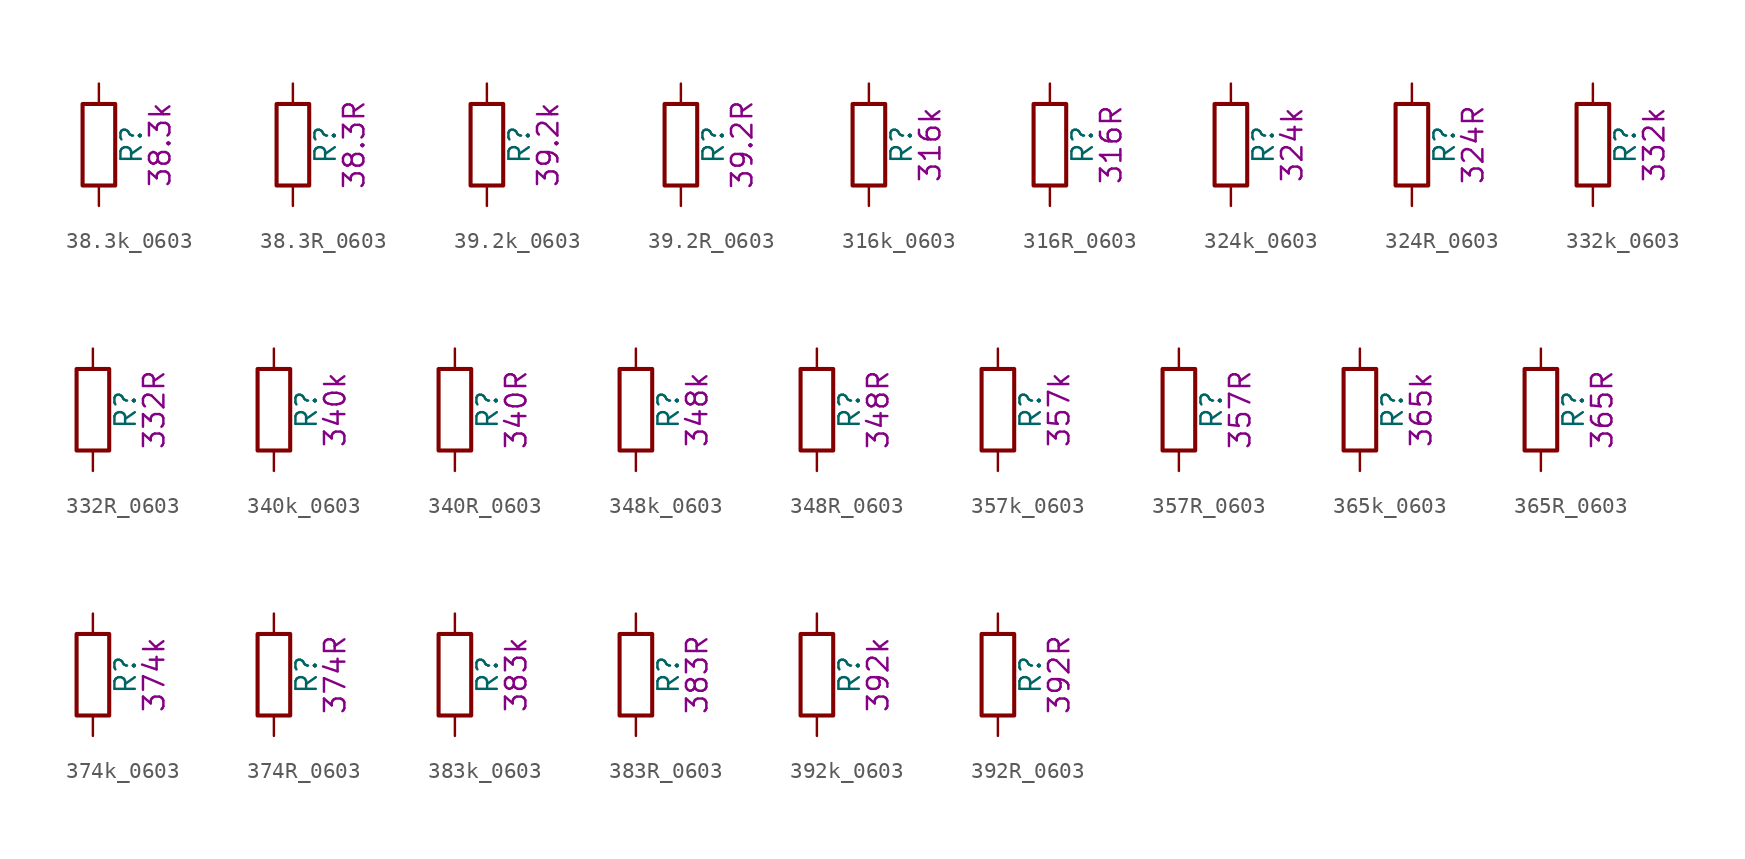
<source format=kicad_sym>
(kicad_symbol_lib
  (version 20211014)
  (generator kicad_symbol_editor)
  (symbol "38.3k_0603"
    (pin_numbers hide)
    (pin_names
      (offset 0))
    (property "Reference" "R"
      (at 2.032 0 90)
      (effects (font (size 1.27 1.27))))
    (property "Display" "38.3k"
      (at 3.81 0 90)
      (effects (font (size 1.27 1.27))))
    (symbol "38.3k_0603_0_1"
      (rectangle (start -1.016 -2.54) (end 1.016 2.54) (stroke (width 0.254) (type default) (color 0 0 0 0)) (fill (type none))))
    (symbol "38.3k_0603_1_1"
      (pin passive line (at 0 3.81 270) (length 1.27) (name "~" (effects (font (size 1.27 1.27)))) (number "1" (effects (font (size 1.27 1.27)))))
      (pin passive line (at 0 -3.81 90) (length 1.27) (name "~" (effects (font (size 1.27 1.27)))) (number "2" (effects (font (size 1.27 1.27)))))))
  (symbol "38.3R_0603"
    (pin_numbers hide)
    (pin_names
      (offset 0))
    (property "Reference" "R"
      (at 2.032 0 90)
      (effects (font (size 1.27 1.27))))
    (property "Display" "38.3R"
      (at 3.81 0 90)
      (effects (font (size 1.27 1.27))))
    (symbol "38.3R_0603_0_1"
      (rectangle (start -1.016 -2.54) (end 1.016 2.54) (stroke (width 0.254) (type default) (color 0 0 0 0)) (fill (type none))))
    (symbol "38.3R_0603_1_1"
      (pin passive line (at 0 3.81 270) (length 1.27) (name "~" (effects (font (size 1.27 1.27)))) (number "1" (effects (font (size 1.27 1.27)))))
      (pin passive line (at 0 -3.81 90) (length 1.27) (name "~" (effects (font (size 1.27 1.27)))) (number "2" (effects (font (size 1.27 1.27)))))))
  (symbol "39.2k_0603"
    (pin_numbers hide)
    (pin_names
      (offset 0))
    (property "Reference" "R"
      (at 2.032 0 90)
      (effects (font (size 1.27 1.27))))
    (property "Display" "39.2k"
      (at 3.81 0 90)
      (effects (font (size 1.27 1.27))))
    (symbol "39.2k_0603_0_1"
      (rectangle (start -1.016 -2.54) (end 1.016 2.54) (stroke (width 0.254) (type default) (color 0 0 0 0)) (fill (type none))))
    (symbol "39.2k_0603_1_1"
      (pin passive line (at 0 3.81 270) (length 1.27) (name "~" (effects (font (size 1.27 1.27)))) (number "1" (effects (font (size 1.27 1.27)))))
      (pin passive line (at 0 -3.81 90) (length 1.27) (name "~" (effects (font (size 1.27 1.27)))) (number "2" (effects (font (size 1.27 1.27)))))))
  (symbol "39.2R_0603"
    (pin_numbers hide)
    (pin_names
      (offset 0))
    (property "Reference" "R"
      (at 2.032 0 90)
      (effects (font (size 1.27 1.27))))
    (property "Display" "39.2R"
      (at 3.81 0 90)
      (effects (font (size 1.27 1.27))))
    (symbol "39.2R_0603_0_1"
      (rectangle (start -1.016 -2.54) (end 1.016 2.54) (stroke (width 0.254) (type default) (color 0 0 0 0)) (fill (type none))))
    (symbol "39.2R_0603_1_1"
      (pin passive line (at 0 3.81 270) (length 1.27) (name "~" (effects (font (size 1.27 1.27)))) (number "1" (effects (font (size 1.27 1.27)))))
      (pin passive line (at 0 -3.81 90) (length 1.27) (name "~" (effects (font (size 1.27 1.27)))) (number "2" (effects (font (size 1.27 1.27)))))))
  (symbol "316k_0603"
    (pin_numbers hide)
    (pin_names
      (offset 0))
    (property "Reference" "R"
      (at 2.032 0 90)
      (effects (font (size 1.27 1.27))))
    (property "Display" "316k"
      (at 3.81 0 90)
      (effects (font (size 1.27 1.27))))
    (symbol "316k_0603_0_1"
      (rectangle (start -1.016 -2.54) (end 1.016 2.54) (stroke (width 0.254) (type default) (color 0 0 0 0)) (fill (type none))))
    (symbol "316k_0603_1_1"
      (pin passive line (at 0 3.81 270) (length 1.27) (name "~" (effects (font (size 1.27 1.27)))) (number "1" (effects (font (size 1.27 1.27)))))
      (pin passive line (at 0 -3.81 90) (length 1.27) (name "~" (effects (font (size 1.27 1.27)))) (number "2" (effects (font (size 1.27 1.27)))))))
  (symbol "316R_0603"
    (pin_numbers hide)
    (pin_names
      (offset 0))
    (property "Reference" "R"
      (at 2.032 0 90)
      (effects (font (size 1.27 1.27))))
    (property "Display" "316R"
      (at 3.81 0 90)
      (effects (font (size 1.27 1.27))))
    (symbol "316R_0603_0_1"
      (rectangle (start -1.016 -2.54) (end 1.016 2.54) (stroke (width 0.254) (type default) (color 0 0 0 0)) (fill (type none))))
    (symbol "316R_0603_1_1"
      (pin passive line (at 0 3.81 270) (length 1.27) (name "~" (effects (font (size 1.27 1.27)))) (number "1" (effects (font (size 1.27 1.27)))))
      (pin passive line (at 0 -3.81 90) (length 1.27) (name "~" (effects (font (size 1.27 1.27)))) (number "2" (effects (font (size 1.27 1.27)))))))
  (symbol "324k_0603"
    (pin_numbers hide)
    (pin_names
      (offset 0))
    (property "Reference" "R"
      (at 2.032 0 90)
      (effects (font (size 1.27 1.27))))
    (property "Display" "324k"
      (at 3.81 0 90)
      (effects (font (size 1.27 1.27))))
    (symbol "324k_0603_0_1"
      (rectangle (start -1.016 -2.54) (end 1.016 2.54) (stroke (width 0.254) (type default) (color 0 0 0 0)) (fill (type none))))
    (symbol "324k_0603_1_1"
      (pin passive line (at 0 3.81 270) (length 1.27) (name "~" (effects (font (size 1.27 1.27)))) (number "1" (effects (font (size 1.27 1.27)))))
      (pin passive line (at 0 -3.81 90) (length 1.27) (name "~" (effects (font (size 1.27 1.27)))) (number "2" (effects (font (size 1.27 1.27)))))))
  (symbol "324R_0603"
    (pin_numbers hide)
    (pin_names
      (offset 0))
    (property "Reference" "R"
      (at 2.032 0 90)
      (effects (font (size 1.27 1.27))))
    (property "Display" "324R"
      (at 3.81 0 90)
      (effects (font (size 1.27 1.27))))
    (symbol "324R_0603_0_1"
      (rectangle (start -1.016 -2.54) (end 1.016 2.54) (stroke (width 0.254) (type default) (color 0 0 0 0)) (fill (type none))))
    (symbol "324R_0603_1_1"
      (pin passive line (at 0 3.81 270) (length 1.27) (name "~" (effects (font (size 1.27 1.27)))) (number "1" (effects (font (size 1.27 1.27)))))
      (pin passive line (at 0 -3.81 90) (length 1.27) (name "~" (effects (font (size 1.27 1.27)))) (number "2" (effects (font (size 1.27 1.27)))))))
  (symbol "332k_0603"
    (pin_numbers hide)
    (pin_names
      (offset 0))
    (property "Reference" "R"
      (at 2.032 0 90)
      (effects (font (size 1.27 1.27))))
    (property "Display" "332k"
      (at 3.81 0 90)
      (effects (font (size 1.27 1.27))))
    (symbol "332k_0603_0_1"
      (rectangle (start -1.016 -2.54) (end 1.016 2.54) (stroke (width 0.254) (type default) (color 0 0 0 0)) (fill (type none))))
    (symbol "332k_0603_1_1"
      (pin passive line (at 0 3.81 270) (length 1.27) (name "~" (effects (font (size 1.27 1.27)))) (number "1" (effects (font (size 1.27 1.27)))))
      (pin passive line (at 0 -3.81 90) (length 1.27) (name "~" (effects (font (size 1.27 1.27)))) (number "2" (effects (font (size 1.27 1.27)))))))
  (symbol "332R_0603"
    (pin_numbers hide)
    (pin_names
      (offset 0))
    (property "Reference" "R"
      (at 2.032 0 90)
      (effects (font (size 1.27 1.27))))
    (property "Display" "332R"
      (at 3.81 0 90)
      (effects (font (size 1.27 1.27))))
    (symbol "332R_0603_0_1"
      (rectangle (start -1.016 -2.54) (end 1.016 2.54) (stroke (width 0.254) (type default) (color 0 0 0 0)) (fill (type none))))
    (symbol "332R_0603_1_1"
      (pin passive line (at 0 3.81 270) (length 1.27) (name "~" (effects (font (size 1.27 1.27)))) (number "1" (effects (font (size 1.27 1.27)))))
      (pin passive line (at 0 -3.81 90) (length 1.27) (name "~" (effects (font (size 1.27 1.27)))) (number "2" (effects (font (size 1.27 1.27)))))))
  (symbol "340k_0603"
    (pin_numbers hide)
    (pin_names
      (offset 0))
    (property "Reference" "R"
      (at 2.032 0 90)
      (effects (font (size 1.27 1.27))))
    (property "Display" "340k"
      (at 3.81 0 90)
      (effects (font (size 1.27 1.27))))
    (symbol "340k_0603_0_1"
      (rectangle (start -1.016 -2.54) (end 1.016 2.54) (stroke (width 0.254) (type default) (color 0 0 0 0)) (fill (type none))))
    (symbol "340k_0603_1_1"
      (pin passive line (at 0 3.81 270) (length 1.27) (name "~" (effects (font (size 1.27 1.27)))) (number "1" (effects (font (size 1.27 1.27)))))
      (pin passive line (at 0 -3.81 90) (length 1.27) (name "~" (effects (font (size 1.27 1.27)))) (number "2" (effects (font (size 1.27 1.27)))))))
  (symbol "340R_0603"
    (pin_numbers hide)
    (pin_names
      (offset 0))
    (property "Reference" "R"
      (at 2.032 0 90)
      (effects (font (size 1.27 1.27))))
    (property "Display" "340R"
      (at 3.81 0 90)
      (effects (font (size 1.27 1.27))))
    (symbol "340R_0603_0_1"
      (rectangle (start -1.016 -2.54) (end 1.016 2.54) (stroke (width 0.254) (type default) (color 0 0 0 0)) (fill (type none))))
    (symbol "340R_0603_1_1"
      (pin passive line (at 0 3.81 270) (length 1.27) (name "~" (effects (font (size 1.27 1.27)))) (number "1" (effects (font (size 1.27 1.27)))))
      (pin passive line (at 0 -3.81 90) (length 1.27) (name "~" (effects (font (size 1.27 1.27)))) (number "2" (effects (font (size 1.27 1.27)))))))
  (symbol "348k_0603"
    (pin_numbers hide)
    (pin_names
      (offset 0))
    (property "Reference" "R"
      (at 2.032 0 90)
      (effects (font (size 1.27 1.27))))
    (property "Display" "348k"
      (at 3.81 0 90)
      (effects (font (size 1.27 1.27))))
    (symbol "348k_0603_0_1"
      (rectangle (start -1.016 -2.54) (end 1.016 2.54) (stroke (width 0.254) (type default) (color 0 0 0 0)) (fill (type none))))
    (symbol "348k_0603_1_1"
      (pin passive line (at 0 3.81 270) (length 1.27) (name "~" (effects (font (size 1.27 1.27)))) (number "1" (effects (font (size 1.27 1.27)))))
      (pin passive line (at 0 -3.81 90) (length 1.27) (name "~" (effects (font (size 1.27 1.27)))) (number "2" (effects (font (size 1.27 1.27)))))))
  (symbol "348R_0603"
    (pin_numbers hide)
    (pin_names
      (offset 0))
    (property "Reference" "R"
      (at 2.032 0 90)
      (effects (font (size 1.27 1.27))))
    (property "Display" "348R"
      (at 3.81 0 90)
      (effects (font (size 1.27 1.27))))
    (symbol "348R_0603_0_1"
      (rectangle (start -1.016 -2.54) (end 1.016 2.54) (stroke (width 0.254) (type default) (color 0 0 0 0)) (fill (type none))))
    (symbol "348R_0603_1_1"
      (pin passive line (at 0 3.81 270) (length 1.27) (name "~" (effects (font (size 1.27 1.27)))) (number "1" (effects (font (size 1.27 1.27)))))
      (pin passive line (at 0 -3.81 90) (length 1.27) (name "~" (effects (font (size 1.27 1.27)))) (number "2" (effects (font (size 1.27 1.27)))))))
  (symbol "357k_0603"
    (pin_numbers hide)
    (pin_names
      (offset 0))
    (property "Reference" "R"
      (at 2.032 0 90)
      (effects (font (size 1.27 1.27))))
    (property "Display" "357k"
      (at 3.81 0 90)
      (effects (font (size 1.27 1.27))))
    (symbol "357k_0603_0_1"
      (rectangle (start -1.016 -2.54) (end 1.016 2.54) (stroke (width 0.254) (type default) (color 0 0 0 0)) (fill (type none))))
    (symbol "357k_0603_1_1"
      (pin passive line (at 0 3.81 270) (length 1.27) (name "~" (effects (font (size 1.27 1.27)))) (number "1" (effects (font (size 1.27 1.27)))))
      (pin passive line (at 0 -3.81 90) (length 1.27) (name "~" (effects (font (size 1.27 1.27)))) (number "2" (effects (font (size 1.27 1.27)))))))
  (symbol "357R_0603"
    (pin_numbers hide)
    (pin_names
      (offset 0))
    (property "Reference" "R"
      (at 2.032 0 90)
      (effects (font (size 1.27 1.27))))
    (property "Display" "357R"
      (at 3.81 0 90)
      (effects (font (size 1.27 1.27))))
    (symbol "357R_0603_0_1"
      (rectangle (start -1.016 -2.54) (end 1.016 2.54) (stroke (width 0.254) (type default) (color 0 0 0 0)) (fill (type none))))
    (symbol "357R_0603_1_1"
      (pin passive line (at 0 3.81 270) (length 1.27) (name "~" (effects (font (size 1.27 1.27)))) (number "1" (effects (font (size 1.27 1.27)))))
      (pin passive line (at 0 -3.81 90) (length 1.27) (name "~" (effects (font (size 1.27 1.27)))) (number "2" (effects (font (size 1.27 1.27)))))))
  (symbol "365k_0603"
    (pin_numbers hide)
    (pin_names
      (offset 0))
    (property "Reference" "R"
      (at 2.032 0 90)
      (effects (font (size 1.27 1.27))))
    (property "Display" "365k"
      (at 3.81 0 90)
      (effects (font (size 1.27 1.27))))
    (symbol "365k_0603_0_1"
      (rectangle (start -1.016 -2.54) (end 1.016 2.54) (stroke (width 0.254) (type default) (color 0 0 0 0)) (fill (type none))))
    (symbol "365k_0603_1_1"
      (pin passive line (at 0 3.81 270) (length 1.27) (name "~" (effects (font (size 1.27 1.27)))) (number "1" (effects (font (size 1.27 1.27)))))
      (pin passive line (at 0 -3.81 90) (length 1.27) (name "~" (effects (font (size 1.27 1.27)))) (number "2" (effects (font (size 1.27 1.27)))))))
  (symbol "365R_0603"
    (pin_numbers hide)
    (pin_names
      (offset 0))
    (property "Reference" "R"
      (at 2.032 0 90)
      (effects (font (size 1.27 1.27))))
    (property "Display" "365R"
      (at 3.81 0 90)
      (effects (font (size 1.27 1.27))))
    (symbol "365R_0603_0_1"
      (rectangle (start -1.016 -2.54) (end 1.016 2.54) (stroke (width 0.254) (type default) (color 0 0 0 0)) (fill (type none))))
    (symbol "365R_0603_1_1"
      (pin passive line (at 0 3.81 270) (length 1.27) (name "~" (effects (font (size 1.27 1.27)))) (number "1" (effects (font (size 1.27 1.27)))))
      (pin passive line (at 0 -3.81 90) (length 1.27) (name "~" (effects (font (size 1.27 1.27)))) (number "2" (effects (font (size 1.27 1.27)))))))
  (symbol "374k_0603"
    (pin_numbers hide)
    (pin_names
      (offset 0))
    (property "Reference" "R"
      (at 2.032 0 90)
      (effects (font (size 1.27 1.27))))
    (property "Display" "374k"
      (at 3.81 0 90)
      (effects (font (size 1.27 1.27))))
    (symbol "374k_0603_0_1"
      (rectangle (start -1.016 -2.54) (end 1.016 2.54) (stroke (width 0.254) (type default) (color 0 0 0 0)) (fill (type none))))
    (symbol "374k_0603_1_1"
      (pin passive line (at 0 3.81 270) (length 1.27) (name "~" (effects (font (size 1.27 1.27)))) (number "1" (effects (font (size 1.27 1.27)))))
      (pin passive line (at 0 -3.81 90) (length 1.27) (name "~" (effects (font (size 1.27 1.27)))) (number "2" (effects (font (size 1.27 1.27)))))))
  (symbol "374R_0603"
    (pin_numbers hide)
    (pin_names
      (offset 0))
    (property "Reference" "R"
      (at 2.032 0 90)
      (effects (font (size 1.27 1.27))))
    (property "Display" "374R"
      (at 3.81 0 90)
      (effects (font (size 1.27 1.27))))
    (symbol "374R_0603_0_1"
      (rectangle (start -1.016 -2.54) (end 1.016 2.54) (stroke (width 0.254) (type default) (color 0 0 0 0)) (fill (type none))))
    (symbol "374R_0603_1_1"
      (pin passive line (at 0 3.81 270) (length 1.27) (name "~" (effects (font (size 1.27 1.27)))) (number "1" (effects (font (size 1.27 1.27)))))
      (pin passive line (at 0 -3.81 90) (length 1.27) (name "~" (effects (font (size 1.27 1.27)))) (number "2" (effects (font (size 1.27 1.27)))))))
  (symbol "383k_0603"
    (pin_numbers hide)
    (pin_names
      (offset 0))
    (property "Reference" "R"
      (at 2.032 0 90)
      (effects (font (size 1.27 1.27))))
    (property "Display" "383k"
      (at 3.81 0 90)
      (effects (font (size 1.27 1.27))))
    (symbol "383k_0603_0_1"
      (rectangle (start -1.016 -2.54) (end 1.016 2.54) (stroke (width 0.254) (type default) (color 0 0 0 0)) (fill (type none))))
    (symbol "383k_0603_1_1"
      (pin passive line (at 0 3.81 270) (length 1.27) (name "~" (effects (font (size 1.27 1.27)))) (number "1" (effects (font (size 1.27 1.27)))))
      (pin passive line (at 0 -3.81 90) (length 1.27) (name "~" (effects (font (size 1.27 1.27)))) (number "2" (effects (font (size 1.27 1.27)))))))
  (symbol "383R_0603"
    (pin_numbers hide)
    (pin_names
      (offset 0))
    (property "Reference" "R"
      (at 2.032 0 90)
      (effects (font (size 1.27 1.27))))
    (property "Display" "383R"
      (at 3.81 0 90)
      (effects (font (size 1.27 1.27))))
    (symbol "383R_0603_0_1"
      (rectangle (start -1.016 -2.54) (end 1.016 2.54) (stroke (width 0.254) (type default) (color 0 0 0 0)) (fill (type none))))
    (symbol "383R_0603_1_1"
      (pin passive line (at 0 3.81 270) (length 1.27) (name "~" (effects (font (size 1.27 1.27)))) (number "1" (effects (font (size 1.27 1.27)))))
      (pin passive line (at 0 -3.81 90) (length 1.27) (name "~" (effects (font (size 1.27 1.27)))) (number "2" (effects (font (size 1.27 1.27)))))))
  (symbol "392k_0603"
    (pin_numbers hide)
    (pin_names
      (offset 0))
    (property "Reference" "R"
      (at 2.032 0 90)
      (effects (font (size 1.27 1.27))))
    (property "Display" "392k"
      (at 3.81 0 90)
      (effects (font (size 1.27 1.27))))
    (symbol "392k_0603_0_1"
      (rectangle (start -1.016 -2.54) (end 1.016 2.54) (stroke (width 0.254) (type default) (color 0 0 0 0)) (fill (type none))))
    (symbol "392k_0603_1_1"
      (pin passive line (at 0 3.81 270) (length 1.27) (name "~" (effects (font (size 1.27 1.27)))) (number "1" (effects (font (size 1.27 1.27)))))
      (pin passive line (at 0 -3.81 90) (length 1.27) (name "~" (effects (font (size 1.27 1.27)))) (number "2" (effects (font (size 1.27 1.27)))))))
  (symbol "392R_0603"
    (pin_numbers hide)
    (pin_names
      (offset 0))
    (property "Reference" "R"
      (at 2.032 0 90)
      (effects (font (size 1.27 1.27))))
    (property "Display" "392R"
      (at 3.81 0 90)
      (effects (font (size 1.27 1.27))))
    (symbol "392R_0603_0_1"
      (rectangle (start -1.016 -2.54) (end 1.016 2.54) (stroke (width 0.254) (type default) (color 0 0 0 0)) (fill (type none))))
    (symbol "392R_0603_1_1"
      (pin passive line (at 0 3.81 270) (length 1.27) (name "~" (effects (font (size 1.27 1.27)))) (number "1" (effects (font (size 1.27 1.27)))))
      (pin passive line (at 0 -3.81 90) (length 1.27) (name "~" (effects (font (size 1.27 1.27)))) (number "2" (effects (font (size 1.27 1.27))))))))
</source>
